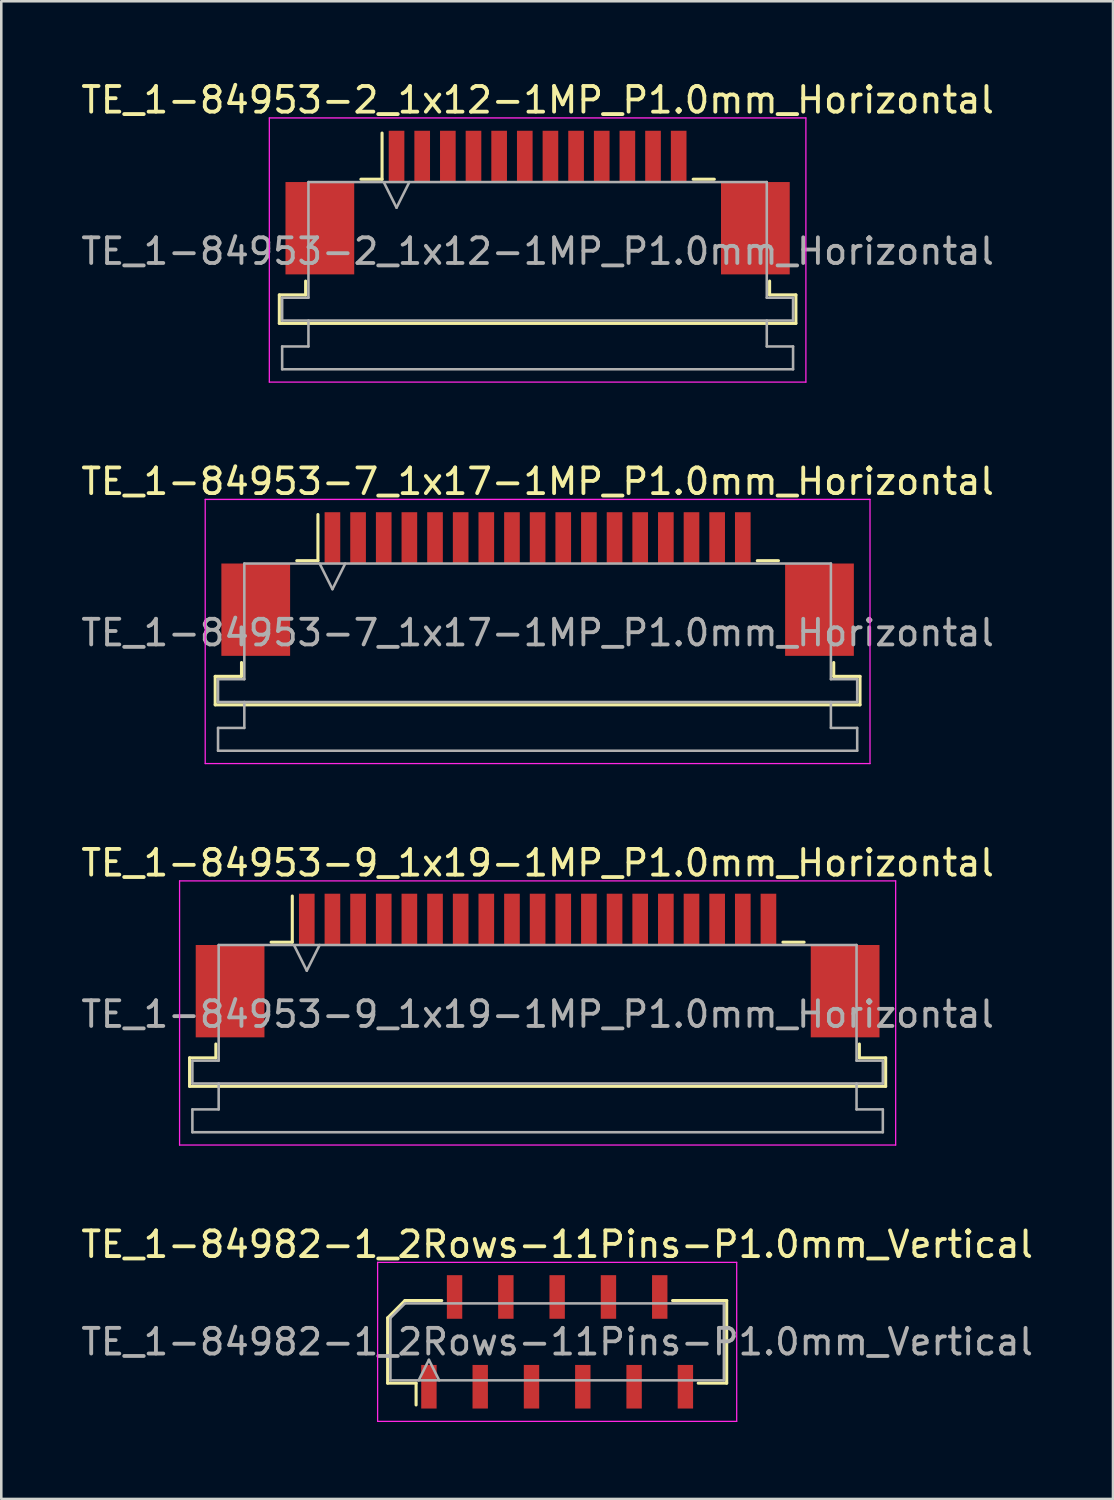
<source format=kicad_pcb>
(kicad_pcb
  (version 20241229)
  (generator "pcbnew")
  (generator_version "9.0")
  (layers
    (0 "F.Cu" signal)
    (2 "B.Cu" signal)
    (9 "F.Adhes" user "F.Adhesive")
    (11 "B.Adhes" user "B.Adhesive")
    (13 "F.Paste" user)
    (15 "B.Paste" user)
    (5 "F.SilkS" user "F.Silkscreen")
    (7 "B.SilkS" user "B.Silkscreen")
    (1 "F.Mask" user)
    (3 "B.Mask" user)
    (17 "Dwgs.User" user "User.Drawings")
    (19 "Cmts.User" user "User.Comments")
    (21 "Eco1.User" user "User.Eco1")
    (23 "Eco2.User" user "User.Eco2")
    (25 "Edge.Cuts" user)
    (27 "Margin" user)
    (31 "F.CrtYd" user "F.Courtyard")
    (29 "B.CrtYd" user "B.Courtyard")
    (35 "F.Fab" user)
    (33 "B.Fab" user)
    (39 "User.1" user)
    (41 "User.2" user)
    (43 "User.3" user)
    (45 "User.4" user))
  (footprint "TE_1-84953-2_1x12-1MP_P1.0mm_Horizontal"
    (layer "F.Cu")
    (at 17.911 4.848)
    (property "Reference" "TE_1-84953-2_1x12-1MP_P1.0mm_Horizontal" (at 0 -4 0) (layer "F.SilkS") (effects (font (size 1 1) (thickness 0.15))))
    (attr smd)
    (fp_line (start -10.07 3.6) (end -9.045 3.6) (stroke (width 0.12) (type solid)) (layer "F.SilkS"))
    (fp_line (start -10.07 4.71) (end -10.07 3.6) (stroke (width 0.12) (type solid)) (layer "F.SilkS"))
    (fp_line (start -9.045 3.6) (end -9.045 3.06) (stroke (width 0.12) (type solid)) (layer "F.SilkS"))
    (fp_line (start -6.89 -0.91) (end -6.065 -0.91) (stroke (width 0.12) (type solid)) (layer "F.SilkS"))
    (fp_line (start -6.065 -0.91) (end -6.065 -2.71) (stroke (width 0.12) (type solid)) (layer "F.SilkS"))
    (fp_line (start 6.065 -0.91) (end 6.89 -0.91) (stroke (width 0.12) (type solid)) (layer "F.SilkS"))
    (fp_line (start 9.045 3.06) (end 9.045 3.6) (stroke (width 0.12) (type solid)) (layer "F.SilkS"))
    (fp_line (start 9.045 3.6) (end 10.07 3.6) (stroke (width 0.12) (type solid)) (layer "F.SilkS"))
    (fp_line (start 10.07 3.6) (end 10.07 4.71) (stroke (width 0.12) (type solid)) (layer "F.SilkS"))
    (fp_line (start 10.07 4.71) (end -10.07 4.71) (stroke (width 0.12) (type solid)) (layer "F.SilkS"))
    (fp_line (start -10.46 -3.3) (end -10.46 7) (stroke (width 0.05) (type solid)) (layer "F.CrtYd"))
    (fp_line (start -10.46 7) (end 10.46 7) (stroke (width 0.05) (type solid)) (layer "F.CrtYd"))
    (fp_line (start 10.46 -3.3) (end -10.46 -3.3) (stroke (width 0.05) (type solid)) (layer "F.CrtYd"))
    (fp_line (start 10.46 7) (end 10.46 -3.3) (stroke (width 0.05) (type solid)) (layer "F.CrtYd"))
    (fp_line (start -9.96 3.71) (end -8.935 3.71) (stroke (width 0.1) (type solid)) (layer "F.Fab"))
    (fp_line (start -9.96 4.6) (end -9.96 3.71) (stroke (width 0.1) (type solid)) (layer "F.Fab"))
    (fp_line (start -9.96 5.61) (end -8.935 5.61) (stroke (width 0.1) (type solid)) (layer "F.Fab"))
    (fp_line (start -9.96 6.5) (end -9.96 5.61) (stroke (width 0.1) (type solid)) (layer "F.Fab"))
    (fp_line (start -8.935 -0.8) (end 8.935 -0.8) (stroke (width 0.1) (type solid)) (layer "F.Fab"))
    (fp_line (start -8.935 3.71) (end -8.935 -0.8) (stroke (width 0.1) (type solid)) (layer "F.Fab"))
    (fp_line (start -8.935 5.61) (end -8.935 4.6) (stroke (width 0.1) (type solid)) (layer "F.Fab"))
    (fp_line (start -6 -0.8) (end -5.5 0.2) (stroke (width 0.1) (type solid)) (layer "F.Fab"))
    (fp_line (start -5.5 0.2) (end -5 -0.8) (stroke (width 0.1) (type solid)) (layer "F.Fab"))
    (fp_line (start 8.935 -0.8) (end 8.935 3.71) (stroke (width 0.1) (type solid)) (layer "F.Fab"))
    (fp_line (start 8.935 3.71) (end 9.96 3.71) (stroke (width 0.1) (type solid)) (layer "F.Fab"))
    (fp_line (start 8.935 4.6) (end 8.935 5.61) (stroke (width 0.1) (type solid)) (layer "F.Fab"))
    (fp_line (start 8.935 5.61) (end 9.96 5.61) (stroke (width 0.1) (type solid)) (layer "F.Fab"))
    (fp_line (start 9.96 3.71) (end 9.96 4.6) (stroke (width 0.1) (type solid)) (layer "F.Fab"))
    (fp_line (start 9.96 4.6) (end -9.96 4.6) (stroke (width 0.1) (type solid)) (layer "F.Fab"))
    (fp_line (start 9.96 5.61) (end 9.96 6.5) (stroke (width 0.1) (type solid)) (layer "F.Fab"))
    (fp_line (start 9.96 6.5) (end -9.96 6.5) (stroke (width 0.1) (type solid)) (layer "F.Fab"))
    (fp_text user "${REFERENCE}" (at 0 1.9 0) (layer "F.Fab") (effects (font (size 1 1) (thickness 0.15))))
    (pad "1" smd rect (at -5.5 -1.8) (size 0.61 2) (layers "F.Cu" "F.Mask" "F.Paste"))
    (pad "2" smd rect (at -4.5 -1.8) (size 0.61 2) (layers "F.Cu" "F.Mask" "F.Paste"))
    (pad "3" smd rect (at -3.5 -1.8) (size 0.61 2) (layers "F.Cu" "F.Mask" "F.Paste"))
    (pad "4" smd rect (at -2.5 -1.8) (size 0.61 2) (layers "F.Cu" "F.Mask" "F.Paste"))
    (pad "5" smd rect (at -1.5 -1.8) (size 0.61 2) (layers "F.Cu" "F.Mask" "F.Paste"))
    (pad "6" smd rect (at -0.5 -1.8) (size 0.61 2) (layers "F.Cu" "F.Mask" "F.Paste"))
    (pad "7" smd rect (at 0.5 -1.8) (size 0.61 2) (layers "F.Cu" "F.Mask" "F.Paste"))
    (pad "8" smd rect (at 1.5 -1.8) (size 0.61 2) (layers "F.Cu" "F.Mask" "F.Paste"))
    (pad "9" smd rect (at 2.5 -1.8) (size 0.61 2) (layers "F.Cu" "F.Mask" "F.Paste"))
    (pad "10" smd rect (at 3.5 -1.8) (size 0.61 2) (layers "F.Cu" "F.Mask" "F.Paste"))
    (pad "11" smd rect (at 4.5 -1.8) (size 0.61 2) (layers "F.Cu" "F.Mask" "F.Paste"))
    (pad "12" smd rect (at 5.5 -1.8) (size 0.61 2) (layers "F.Cu" "F.Mask" "F.Paste"))
    (pad "MP" smd rect (at -8.49 1) (size 2.68 3.6) (layers "F.Cu" "F.Mask" "F.Paste"))
    (pad "MP" smd rect (at 8.49 1) (size 2.68 3.6) (layers "F.Cu" "F.Mask" "F.Paste")))
  (footprint "TE_1-84953-9_1x19-1MP_P1.0mm_Horizontal"
    (layer "F.Cu")
    (at 17.911 34.595)
    (property "Reference" "TE_1-84953-9_1x19-1MP_P1.0mm_Horizontal" (at 0 -4 0) (layer "F.SilkS") (effects (font (size 1 1) (thickness 0.15))))
    (attr smd)
    (fp_line (start -13.57 3.6) (end -12.545 3.6) (stroke (width 0.12) (type solid)) (layer "F.SilkS"))
    (fp_line (start -13.57 4.71) (end -13.57 3.6) (stroke (width 0.12) (type solid)) (layer "F.SilkS"))
    (fp_line (start -12.545 3.6) (end -12.545 3.06) (stroke (width 0.12) (type solid)) (layer "F.SilkS"))
    (fp_line (start -10.39 -0.91) (end -9.565 -0.91) (stroke (width 0.12) (type solid)) (layer "F.SilkS"))
    (fp_line (start -9.565 -0.91) (end -9.565 -2.71) (stroke (width 0.12) (type solid)) (layer "F.SilkS"))
    (fp_line (start 9.565 -0.91) (end 10.39 -0.91) (stroke (width 0.12) (type solid)) (layer "F.SilkS"))
    (fp_line (start 12.545 3.06) (end 12.545 3.6) (stroke (width 0.12) (type solid)) (layer "F.SilkS"))
    (fp_line (start 12.545 3.6) (end 13.57 3.6) (stroke (width 0.12) (type solid)) (layer "F.SilkS"))
    (fp_line (start 13.57 3.6) (end 13.57 4.71) (stroke (width 0.12) (type solid)) (layer "F.SilkS"))
    (fp_line (start 13.57 4.71) (end -13.57 4.71) (stroke (width 0.12) (type solid)) (layer "F.SilkS"))
    (fp_line (start -13.96 -3.3) (end -13.96 7) (stroke (width 0.05) (type solid)) (layer "F.CrtYd"))
    (fp_line (start -13.96 7) (end 13.96 7) (stroke (width 0.05) (type solid)) (layer "F.CrtYd"))
    (fp_line (start 13.96 -3.3) (end -13.96 -3.3) (stroke (width 0.05) (type solid)) (layer "F.CrtYd"))
    (fp_line (start 13.96 7) (end 13.96 -3.3) (stroke (width 0.05) (type solid)) (layer "F.CrtYd"))
    (fp_line (start -13.46 3.71) (end -12.435 3.71) (stroke (width 0.1) (type solid)) (layer "F.Fab"))
    (fp_line (start -13.46 4.6) (end -13.46 3.71) (stroke (width 0.1) (type solid)) (layer "F.Fab"))
    (fp_line (start -13.46 5.61) (end -12.435 5.61) (stroke (width 0.1) (type solid)) (layer "F.Fab"))
    (fp_line (start -13.46 6.5) (end -13.46 5.61) (stroke (width 0.1) (type solid)) (layer "F.Fab"))
    (fp_line (start -12.435 -0.8) (end 12.435 -0.8) (stroke (width 0.1) (type solid)) (layer "F.Fab"))
    (fp_line (start -12.435 3.71) (end -12.435 -0.8) (stroke (width 0.1) (type solid)) (layer "F.Fab"))
    (fp_line (start -12.435 5.61) (end -12.435 4.6) (stroke (width 0.1) (type solid)) (layer "F.Fab"))
    (fp_line (start -9.5 -0.8) (end -9 0.2) (stroke (width 0.1) (type solid)) (layer "F.Fab"))
    (fp_line (start -9 0.2) (end -8.5 -0.8) (stroke (width 0.1) (type solid)) (layer "F.Fab"))
    (fp_line (start 12.435 -0.8) (end 12.435 3.71) (stroke (width 0.1) (type solid)) (layer "F.Fab"))
    (fp_line (start 12.435 3.71) (end 13.46 3.71) (stroke (width 0.1) (type solid)) (layer "F.Fab"))
    (fp_line (start 12.435 4.6) (end 12.435 5.61) (stroke (width 0.1) (type solid)) (layer "F.Fab"))
    (fp_line (start 12.435 5.61) (end 13.46 5.61) (stroke (width 0.1) (type solid)) (layer "F.Fab"))
    (fp_line (start 13.46 3.71) (end 13.46 4.6) (stroke (width 0.1) (type solid)) (layer "F.Fab"))
    (fp_line (start 13.46 4.6) (end -13.46 4.6) (stroke (width 0.1) (type solid)) (layer "F.Fab"))
    (fp_line (start 13.46 5.61) (end 13.46 6.5) (stroke (width 0.1) (type solid)) (layer "F.Fab"))
    (fp_line (start 13.46 6.5) (end -13.46 6.5) (stroke (width 0.1) (type solid)) (layer "F.Fab"))
    (fp_text user "${REFERENCE}" (at 0 1.9 0) (layer "F.Fab") (effects (font (size 1 1) (thickness 0.15))))
    (pad "1" smd rect (at -9 -1.8) (size 0.61 2) (layers "F.Cu" "F.Mask" "F.Paste"))
    (pad "2" smd rect (at -8 -1.8) (size 0.61 2) (layers "F.Cu" "F.Mask" "F.Paste"))
    (pad "3" smd rect (at -7 -1.8) (size 0.61 2) (layers "F.Cu" "F.Mask" "F.Paste"))
    (pad "4" smd rect (at -6 -1.8) (size 0.61 2) (layers "F.Cu" "F.Mask" "F.Paste"))
    (pad "5" smd rect (at -5 -1.8) (size 0.61 2) (layers "F.Cu" "F.Mask" "F.Paste"))
    (pad "6" smd rect (at -4 -1.8) (size 0.61 2) (layers "F.Cu" "F.Mask" "F.Paste"))
    (pad "7" smd rect (at -3 -1.8) (size 0.61 2) (layers "F.Cu" "F.Mask" "F.Paste"))
    (pad "8" smd rect (at -2 -1.8) (size 0.61 2) (layers "F.Cu" "F.Mask" "F.Paste"))
    (pad "9" smd rect (at -1 -1.8) (size 0.61 2) (layers "F.Cu" "F.Mask" "F.Paste"))
    (pad "10" smd rect (at 0 -1.8) (size 0.61 2) (layers "F.Cu" "F.Mask" "F.Paste"))
    (pad "11" smd rect (at 1 -1.8) (size 0.61 2) (layers "F.Cu" "F.Mask" "F.Paste"))
    (pad "12" smd rect (at 2 -1.8) (size 0.61 2) (layers "F.Cu" "F.Mask" "F.Paste"))
    (pad "13" smd rect (at 3 -1.8) (size 0.61 2) (layers "F.Cu" "F.Mask" "F.Paste"))
    (pad "14" smd rect (at 4 -1.8) (size 0.61 2) (layers "F.Cu" "F.Mask" "F.Paste"))
    (pad "15" smd rect (at 5 -1.8) (size 0.61 2) (layers "F.Cu" "F.Mask" "F.Paste"))
    (pad "16" smd rect (at 6 -1.8) (size 0.61 2) (layers "F.Cu" "F.Mask" "F.Paste"))
    (pad "17" smd rect (at 7 -1.8) (size 0.61 2) (layers "F.Cu" "F.Mask" "F.Paste"))
    (pad "18" smd rect (at 8 -1.8) (size 0.61 2) (layers "F.Cu" "F.Mask" "F.Paste"))
    (pad "19" smd rect (at 9 -1.8) (size 0.61 2) (layers "F.Cu" "F.Mask" "F.Paste"))
    (pad "MP" smd rect (at -11.99 1) (size 2.68 3.6) (layers "F.Cu" "F.Mask" "F.Paste"))
    (pad "MP" smd rect (at 11.99 1) (size 2.68 3.6) (layers "F.Cu" "F.Mask" "F.Paste")))
  (footprint "TE_1-84953-7_1x17-1MP_P1.0mm_Horizontal"
    (layer "F.Cu")
    (at 17.911 19.721)
    (property "Reference" "TE_1-84953-7_1x17-1MP_P1.0mm_Horizontal" (at 0 -4 0) (layer "F.SilkS") (effects (font (size 1 1) (thickness 0.15))))
    (attr smd)
    (fp_line (start -12.57 3.6) (end -11.545 3.6) (stroke (width 0.12) (type solid)) (layer "F.SilkS"))
    (fp_line (start -12.57 4.71) (end -12.57 3.6) (stroke (width 0.12) (type solid)) (layer "F.SilkS"))
    (fp_line (start -11.545 3.6) (end -11.545 3.06) (stroke (width 0.12) (type solid)) (layer "F.SilkS"))
    (fp_line (start -9.39 -0.91) (end -8.565 -0.91) (stroke (width 0.12) (type solid)) (layer "F.SilkS"))
    (fp_line (start -8.565 -0.91) (end -8.565 -2.71) (stroke (width 0.12) (type solid)) (layer "F.SilkS"))
    (fp_line (start 8.565 -0.91) (end 9.39 -0.91) (stroke (width 0.12) (type solid)) (layer "F.SilkS"))
    (fp_line (start 11.545 3.06) (end 11.545 3.6) (stroke (width 0.12) (type solid)) (layer "F.SilkS"))
    (fp_line (start 11.545 3.6) (end 12.57 3.6) (stroke (width 0.12) (type solid)) (layer "F.SilkS"))
    (fp_line (start 12.57 3.6) (end 12.57 4.71) (stroke (width 0.12) (type solid)) (layer "F.SilkS"))
    (fp_line (start 12.57 4.71) (end -12.57 4.71) (stroke (width 0.12) (type solid)) (layer "F.SilkS"))
    (fp_line (start -12.96 -3.3) (end -12.96 7) (stroke (width 0.05) (type solid)) (layer "F.CrtYd"))
    (fp_line (start -12.96 7) (end 12.96 7) (stroke (width 0.05) (type solid)) (layer "F.CrtYd"))
    (fp_line (start 12.96 -3.3) (end -12.96 -3.3) (stroke (width 0.05) (type solid)) (layer "F.CrtYd"))
    (fp_line (start 12.96 7) (end 12.96 -3.3) (stroke (width 0.05) (type solid)) (layer "F.CrtYd"))
    (fp_line (start -12.46 3.71) (end -11.435 3.71) (stroke (width 0.1) (type solid)) (layer "F.Fab"))
    (fp_line (start -12.46 4.6) (end -12.46 3.71) (stroke (width 0.1) (type solid)) (layer "F.Fab"))
    (fp_line (start -12.46 5.61) (end -11.435 5.61) (stroke (width 0.1) (type solid)) (layer "F.Fab"))
    (fp_line (start -12.46 6.5) (end -12.46 5.61) (stroke (width 0.1) (type solid)) (layer "F.Fab"))
    (fp_line (start -11.435 -0.8) (end 11.435 -0.8) (stroke (width 0.1) (type solid)) (layer "F.Fab"))
    (fp_line (start -11.435 3.71) (end -11.435 -0.8) (stroke (width 0.1) (type solid)) (layer "F.Fab"))
    (fp_line (start -11.435 5.61) (end -11.435 4.6) (stroke (width 0.1) (type solid)) (layer "F.Fab"))
    (fp_line (start -8.5 -0.8) (end -8 0.2) (stroke (width 0.1) (type solid)) (layer "F.Fab"))
    (fp_line (start -8 0.2) (end -7.5 -0.8) (stroke (width 0.1) (type solid)) (layer "F.Fab"))
    (fp_line (start 11.435 -0.8) (end 11.435 3.71) (stroke (width 0.1) (type solid)) (layer "F.Fab"))
    (fp_line (start 11.435 3.71) (end 12.46 3.71) (stroke (width 0.1) (type solid)) (layer "F.Fab"))
    (fp_line (start 11.435 4.6) (end 11.435 5.61) (stroke (width 0.1) (type solid)) (layer "F.Fab"))
    (fp_line (start 11.435 5.61) (end 12.46 5.61) (stroke (width 0.1) (type solid)) (layer "F.Fab"))
    (fp_line (start 12.46 3.71) (end 12.46 4.6) (stroke (width 0.1) (type solid)) (layer "F.Fab"))
    (fp_line (start 12.46 4.6) (end -12.46 4.6) (stroke (width 0.1) (type solid)) (layer "F.Fab"))
    (fp_line (start 12.46 5.61) (end 12.46 6.5) (stroke (width 0.1) (type solid)) (layer "F.Fab"))
    (fp_line (start 12.46 6.5) (end -12.46 6.5) (stroke (width 0.1) (type solid)) (layer "F.Fab"))
    (fp_text user "${REFERENCE}" (at 0 1.9 0) (layer "F.Fab") (effects (font (size 1 1) (thickness 0.15))))
    (pad "1" smd rect (at -8 -1.8) (size 0.61 2) (layers "F.Cu" "F.Mask" "F.Paste"))
    (pad "2" smd rect (at -7 -1.8) (size 0.61 2) (layers "F.Cu" "F.Mask" "F.Paste"))
    (pad "3" smd rect (at -6 -1.8) (size 0.61 2) (layers "F.Cu" "F.Mask" "F.Paste"))
    (pad "4" smd rect (at -5 -1.8) (size 0.61 2) (layers "F.Cu" "F.Mask" "F.Paste"))
    (pad "5" smd rect (at -4 -1.8) (size 0.61 2) (layers "F.Cu" "F.Mask" "F.Paste"))
    (pad "6" smd rect (at -3 -1.8) (size 0.61 2) (layers "F.Cu" "F.Mask" "F.Paste"))
    (pad "7" smd rect (at -2 -1.8) (size 0.61 2) (layers "F.Cu" "F.Mask" "F.Paste"))
    (pad "8" smd rect (at -1 -1.8) (size 0.61 2) (layers "F.Cu" "F.Mask" "F.Paste"))
    (pad "9" smd rect (at 0 -1.8) (size 0.61 2) (layers "F.Cu" "F.Mask" "F.Paste"))
    (pad "10" smd rect (at 1 -1.8) (size 0.61 2) (layers "F.Cu" "F.Mask" "F.Paste"))
    (pad "11" smd rect (at 2 -1.8) (size 0.61 2) (layers "F.Cu" "F.Mask" "F.Paste"))
    (pad "12" smd rect (at 3 -1.8) (size 0.61 2) (layers "F.Cu" "F.Mask" "F.Paste"))
    (pad "13" smd rect (at 4 -1.8) (size 0.61 2) (layers "F.Cu" "F.Mask" "F.Paste"))
    (pad "14" smd rect (at 5 -1.8) (size 0.61 2) (layers "F.Cu" "F.Mask" "F.Paste"))
    (pad "15" smd rect (at 6 -1.8) (size 0.61 2) (layers "F.Cu" "F.Mask" "F.Paste"))
    (pad "16" smd rect (at 7 -1.8) (size 0.61 2) (layers "F.Cu" "F.Mask" "F.Paste"))
    (pad "17" smd rect (at 8 -1.8) (size 0.61 2) (layers "F.Cu" "F.Mask" "F.Paste"))
    (pad "MP" smd rect (at -10.99 1) (size 2.68 3.6) (layers "F.Cu" "F.Mask" "F.Paste"))
    (pad "MP" smd rect (at 10.99 1) (size 2.68 3.6) (layers "F.Cu" "F.Mask" "F.Paste")))
  (footprint "TE_1-84982-1_2Rows-11Pins-P1.0mm_Vertical"
    (layer "F.Cu")
    (at 18.673 49.268)
    (property "Reference" "TE_1-84982-1_2Rows-11Pins-P1.0mm_Vertical" (at 0 -3.8 0) (layer "F.SilkS") (effects (font (size 1 1) (thickness 0.15))))
    (attr smd)
    (fp_line (start -6.61 -0.934) (end -6.61 1.61) (stroke (width 0.12) (type solid)) (layer "F.SilkS"))
    (fp_line (start -6.61 1.61) (end -5.5 1.61) (stroke (width 0.12) (type solid)) (layer "F.SilkS"))
    (fp_line (start -5.934 -1.61) (end -6.61 -0.934) (stroke (width 0.12) (type solid)) (layer "F.SilkS"))
    (fp_line (start -5.5 1.61) (end -5.5 2.46) (stroke (width 0.12) (type solid)) (layer "F.SilkS"))
    (fp_line (start -4.5 -1.61) (end -5.934 -1.61) (stroke (width 0.12) (type solid)) (layer "F.SilkS"))
    (fp_line (start 5.5 1.61) (end 6.61 1.61) (stroke (width 0.12) (type solid)) (layer "F.SilkS"))
    (fp_line (start 6.61 -1.61) (end 4.5 -1.61) (stroke (width 0.12) (type solid)) (layer "F.SilkS"))
    (fp_line (start 6.61 1.61) (end 6.61 -1.61) (stroke (width 0.12) (type solid)) (layer "F.SilkS"))
    (fp_line (start -7 -3.1) (end 7 -3.1) (stroke (width 0.05) (type solid)) (layer "F.CrtYd"))
    (fp_line (start -7 3.1) (end -7 -3.1) (stroke (width 0.05) (type solid)) (layer "F.CrtYd"))
    (fp_line (start 7 -3.1) (end 7 3.1) (stroke (width 0.05) (type solid)) (layer "F.CrtYd"))
    (fp_line (start 7 3.1) (end -7 3.1) (stroke (width 0.05) (type solid)) (layer "F.CrtYd"))
    (fp_line (start -6.5 -0.934) (end -6.5 1.5) (stroke (width 0.1) (type solid)) (layer "F.Fab"))
    (fp_line (start -6.5 1.5) (end 6.5 1.5) (stroke (width 0.1) (type solid)) (layer "F.Fab"))
    (fp_line (start -5.934 -1.5) (end -6.5 -0.934) (stroke (width 0.1) (type solid)) (layer "F.Fab"))
    (fp_line (start -5.4 1.5) (end -5 0.7) (stroke (width 0.1) (type solid)) (layer "F.Fab"))
    (fp_line (start -5 0.7) (end -4.6 1.5) (stroke (width 0.1) (type solid)) (layer "F.Fab"))
    (fp_line (start 6.5 -1.5) (end -5.934 -1.5) (stroke (width 0.1) (type solid)) (layer "F.Fab"))
    (fp_line (start 6.5 1.5) (end 6.5 -1.5) (stroke (width 0.1) (type solid)) (layer "F.Fab"))
    (fp_text user "${REFERENCE}" (at 0 0 0) (layer "F.Fab") (effects (font (size 1 1) (thickness 0.15))))
    (pad "1" smd rect (at -5 1.75) (size 0.6 1.7) (layers "F.Cu" "F.Mask" "F.Paste"))
    (pad "2" smd rect (at -4 -1.75) (size 0.6 1.7) (layers "F.Cu" "F.Mask" "F.Paste"))
    (pad "3" smd rect (at -3 1.75) (size 0.6 1.7) (layers "F.Cu" "F.Mask" "F.Paste"))
    (pad "4" smd rect (at -2 -1.75) (size 0.6 1.7) (layers "F.Cu" "F.Mask" "F.Paste"))
    (pad "5" smd rect (at -1 1.75) (size 0.6 1.7) (layers "F.Cu" "F.Mask" "F.Paste"))
    (pad "6" smd rect (at 0 -1.75) (size 0.6 1.7) (layers "F.Cu" "F.Mask" "F.Paste"))
    (pad "7" smd rect (at 1 1.75) (size 0.6 1.7) (layers "F.Cu" "F.Mask" "F.Paste"))
    (pad "8" smd rect (at 2 -1.75) (size 0.6 1.7) (layers "F.Cu" "F.Mask" "F.Paste"))
    (pad "9" smd rect (at 3 1.75) (size 0.6 1.7) (layers "F.Cu" "F.Mask" "F.Paste"))
    (pad "10" smd rect (at 4 -1.75) (size 0.6 1.7) (layers "F.Cu" "F.Mask" "F.Paste"))
    (pad "11" smd rect (at 5 1.75) (size 0.6 1.7) (layers "F.Cu" "F.Mask" "F.Paste")))
  (gr_rect
    (start -3 -3)
    (end 40.345 55.393)
    (stroke (width 0.1) (type default))
    (fill no)
    (layer "Edge.Cuts")))
</source>
